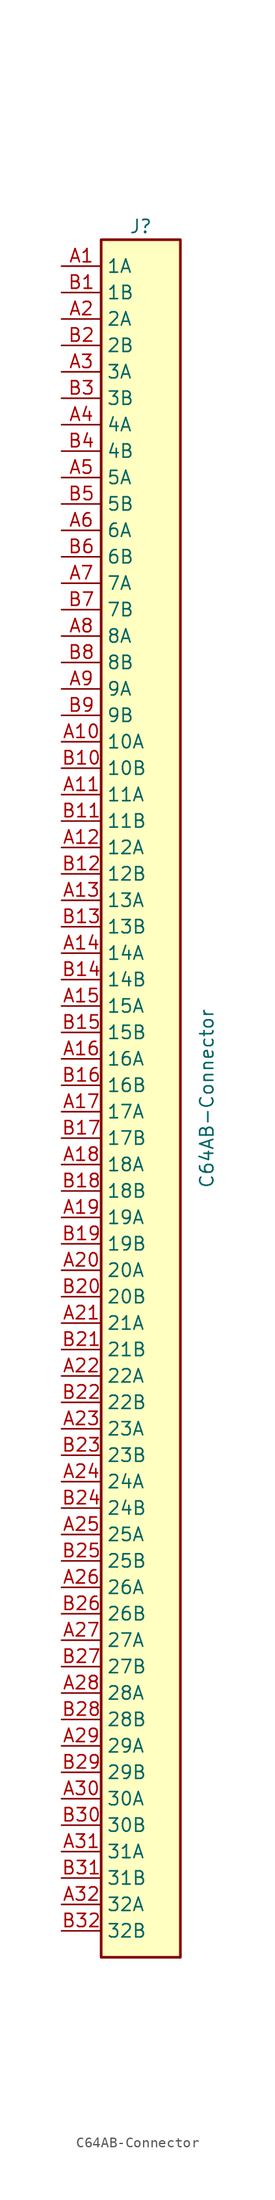
<source format=kicad_sym>
(kicad_symbol_lib
  (version 20241209)
  (generator "kicad_symbol_editor")
  (generator_version "9.0")
  (symbol "C64AB-Connector"
    (property "Reference" "J"
      (at 0 85.09 0)
      (effects (font (size 1.27 1.27))))
    (property "Value" "C64AB-Connector"
      (at 6.35 1.27 90)
      (effects (font (size 1.27 1.27))))
    (symbol "C64AB-Connector_0_1"
      (rectangle (start -3.81 -81.28) (end 3.81 83.82) (stroke (width 0.254) (type solid)) (fill (type background))))
    (symbol "C64AB-Connector_1_1"
      (pin passive line (at -7.62 81.28 0) (length 3.81) (name "1A" (effects (font (size 1.27 1.27)))) (number "A1" (effects (font (size 1.27 1.27)))))
      (pin passive line (at -7.62 78.74 0) (length 3.81) (name "1B" (effects (font (size 1.27 1.27)))) (number "B1" (effects (font (size 1.27 1.27)))))
      (pin passive line (at -7.62 76.2 0) (length 3.81) (name "2A" (effects (font (size 1.27 1.27)))) (number "A2" (effects (font (size 1.27 1.27)))))
      (pin passive line (at -7.62 73.66 0) (length 3.81) (name "2B" (effects (font (size 1.27 1.27)))) (number "B2" (effects (font (size 1.27 1.27)))))
      (pin passive line (at -7.62 71.12 0) (length 3.81) (name "3A" (effects (font (size 1.27 1.27)))) (number "A3" (effects (font (size 1.27 1.27)))))
      (pin passive line (at -7.62 68.58 0) (length 3.81) (name "3B" (effects (font (size 1.27 1.27)))) (number "B3" (effects (font (size 1.27 1.27)))))
      (pin passive line (at -7.62 66.04 0) (length 3.81) (name "4A" (effects (font (size 1.27 1.27)))) (number "A4" (effects (font (size 1.27 1.27)))))
      (pin passive line (at -7.62 63.5 0) (length 3.81) (name "4B" (effects (font (size 1.27 1.27)))) (number "B4" (effects (font (size 1.27 1.27)))))
      (pin passive line (at -7.62 60.96 0) (length 3.81) (name "5A" (effects (font (size 1.27 1.27)))) (number "A5" (effects (font (size 1.27 1.27)))))
      (pin passive line (at -7.62 58.42 0) (length 3.81) (name "5B" (effects (font (size 1.27 1.27)))) (number "B5" (effects (font (size 1.27 1.27)))))
      (pin passive line (at -7.62 55.88 0) (length 3.81) (name "6A" (effects (font (size 1.27 1.27)))) (number "A6" (effects (font (size 1.27 1.27)))))
      (pin passive line (at -7.62 53.34 0) (length 3.81) (name "6B" (effects (font (size 1.27 1.27)))) (number "B6" (effects (font (size 1.27 1.27)))))
      (pin passive line (at -7.62 50.8 0) (length 3.81) (name "7A" (effects (font (size 1.27 1.27)))) (number "A7" (effects (font (size 1.27 1.27)))))
      (pin passive line (at -7.62 48.26 0) (length 3.81) (name "7B" (effects (font (size 1.27 1.27)))) (number "B7" (effects (font (size 1.27 1.27)))))
      (pin passive line (at -7.62 45.72 0) (length 3.81) (name "8A" (effects (font (size 1.27 1.27)))) (number "A8" (effects (font (size 1.27 1.27)))))
      (pin passive line (at -7.62 43.18 0) (length 3.81) (name "8B" (effects (font (size 1.27 1.27)))) (number "B8" (effects (font (size 1.27 1.27)))))
      (pin passive line (at -7.62 40.64 0) (length 3.81) (name "9A" (effects (font (size 1.27 1.27)))) (number "A9" (effects (font (size 1.27 1.27)))))
      (pin passive line (at -7.62 38.1 0) (length 3.81) (name "9B" (effects (font (size 1.27 1.27)))) (number "B9" (effects (font (size 1.27 1.27)))))
      (pin passive line (at -7.62 35.56 0) (length 3.81) (name "10A" (effects (font (size 1.27 1.27)))) (number "A10" (effects (font (size 1.27 1.27)))))
      (pin passive line (at -7.62 33.02 0) (length 3.81) (name "10B" (effects (font (size 1.27 1.27)))) (number "B10" (effects (font (size 1.27 1.27)))))
      (pin passive line (at -7.62 30.48 0) (length 3.81) (name "11A" (effects (font (size 1.27 1.27)))) (number "A11" (effects (font (size 1.27 1.27)))))
      (pin passive line (at -7.62 27.94 0) (length 3.81) (name "11B" (effects (font (size 1.27 1.27)))) (number "B11" (effects (font (size 1.27 1.27)))))
      (pin passive line (at -7.62 25.4 0) (length 3.81) (name "12A" (effects (font (size 1.27 1.27)))) (number "A12" (effects (font (size 1.27 1.27)))))
      (pin passive line (at -7.62 22.86 0) (length 3.81) (name "12B" (effects (font (size 1.27 1.27)))) (number "B12" (effects (font (size 1.27 1.27)))))
      (pin passive line (at -7.62 20.32 0) (length 3.81) (name "13A" (effects (font (size 1.27 1.27)))) (number "A13" (effects (font (size 1.27 1.27)))))
      (pin passive line (at -7.62 17.78 0) (length 3.81) (name "13B" (effects (font (size 1.27 1.27)))) (number "B13" (effects (font (size 1.27 1.27)))))
      (pin passive line (at -7.62 15.24 0) (length 3.81) (name "14A" (effects (font (size 1.27 1.27)))) (number "A14" (effects (font (size 1.27 1.27)))))
      (pin passive line (at -7.62 12.7 0) (length 3.81) (name "14B" (effects (font (size 1.27 1.27)))) (number "B14" (effects (font (size 1.27 1.27)))))
      (pin passive line (at -7.62 10.16 0) (length 3.81) (name "15A" (effects (font (size 1.27 1.27)))) (number "A15" (effects (font (size 1.27 1.27)))))
      (pin passive line (at -7.62 7.62 0) (length 3.81) (name "15B" (effects (font (size 1.27 1.27)))) (number "B15" (effects (font (size 1.27 1.27)))))
      (pin passive line (at -7.62 5.08 0) (length 3.81) (name "16A" (effects (font (size 1.27 1.27)))) (number "A16" (effects (font (size 1.27 1.27)))))
      (pin passive line (at -7.62 2.54 0) (length 3.81) (name "16B" (effects (font (size 1.27 1.27)))) (number "B16" (effects (font (size 1.27 1.27)))))
      (pin passive line (at -7.62 0 0) (length 3.81) (name "17A" (effects (font (size 1.27 1.27)))) (number "A17" (effects (font (size 1.27 1.27)))))
      (pin passive line (at -7.62 -2.54 0) (length 3.81) (name "17B" (effects (font (size 1.27 1.27)))) (number "B17" (effects (font (size 1.27 1.27)))))
      (pin passive line (at -7.62 -5.08 0) (length 3.81) (name "18A" (effects (font (size 1.27 1.27)))) (number "A18" (effects (font (size 1.27 1.27)))))
      (pin passive line (at -7.62 -7.62 0) (length 3.81) (name "18B" (effects (font (size 1.27 1.27)))) (number "B18" (effects (font (size 1.27 1.27)))))
      (pin passive line (at -7.62 -10.16 0) (length 3.81) (name "19A" (effects (font (size 1.27 1.27)))) (number "A19" (effects (font (size 1.27 1.27)))))
      (pin passive line (at -7.62 -12.7 0) (length 3.81) (name "19B" (effects (font (size 1.27 1.27)))) (number "B19" (effects (font (size 1.27 1.27)))))
      (pin passive line (at -7.62 -15.24 0) (length 3.81) (name "20A" (effects (font (size 1.27 1.27)))) (number "A20" (effects (font (size 1.27 1.27)))))
      (pin passive line (at -7.62 -17.78 0) (length 3.81) (name "20B" (effects (font (size 1.27 1.27)))) (number "B20" (effects (font (size 1.27 1.27)))))
      (pin passive line (at -7.62 -20.32 0) (length 3.81) (name "21A" (effects (font (size 1.27 1.27)))) (number "A21" (effects (font (size 1.27 1.27)))))
      (pin passive line (at -7.62 -22.86 0) (length 3.81) (name "21B" (effects (font (size 1.27 1.27)))) (number "B21" (effects (font (size 1.27 1.27)))))
      (pin passive line (at -7.62 -25.4 0) (length 3.81) (name "22A" (effects (font (size 1.27 1.27)))) (number "A22" (effects (font (size 1.27 1.27)))))
      (pin passive line (at -7.62 -27.94 0) (length 3.81) (name "22B" (effects (font (size 1.27 1.27)))) (number "B22" (effects (font (size 1.27 1.27)))))
      (pin passive line (at -7.62 -30.48 0) (length 3.81) (name "23A" (effects (font (size 1.27 1.27)))) (number "A23" (effects (font (size 1.27 1.27)))))
      (pin passive line (at -7.62 -33.02 0) (length 3.81) (name "23B" (effects (font (size 1.27 1.27)))) (number "B23" (effects (font (size 1.27 1.27)))))
      (pin passive line (at -7.62 -35.56 0) (length 3.81) (name "24A" (effects (font (size 1.27 1.27)))) (number "A24" (effects (font (size 1.27 1.27)))))
      (pin passive line (at -7.62 -38.1 0) (length 3.81) (name "24B" (effects (font (size 1.27 1.27)))) (number "B24" (effects (font (size 1.27 1.27)))))
      (pin passive line (at -7.62 -40.64 0) (length 3.81) (name "25A" (effects (font (size 1.27 1.27)))) (number "A25" (effects (font (size 1.27 1.27)))))
      (pin passive line (at -7.62 -43.18 0) (length 3.81) (name "25B" (effects (font (size 1.27 1.27)))) (number "B25" (effects (font (size 1.27 1.27)))))
      (pin passive line (at -7.62 -45.72 0) (length 3.81) (name "26A" (effects (font (size 1.27 1.27)))) (number "A26" (effects (font (size 1.27 1.27)))))
      (pin passive line (at -7.62 -48.26 0) (length 3.81) (name "26B" (effects (font (size 1.27 1.27)))) (number "B26" (effects (font (size 1.27 1.27)))))
      (pin passive line (at -7.62 -50.8 0) (length 3.81) (name "27A" (effects (font (size 1.27 1.27)))) (number "A27" (effects (font (size 1.27 1.27)))))
      (pin passive line (at -7.62 -53.34 0) (length 3.81) (name "27B" (effects (font (size 1.27 1.27)))) (number "B27" (effects (font (size 1.27 1.27)))))
      (pin passive line (at -7.62 -55.88 0) (length 3.81) (name "28A" (effects (font (size 1.27 1.27)))) (number "A28" (effects (font (size 1.27 1.27)))))
      (pin passive line (at -7.62 -58.42 0) (length 3.81) (name "28B" (effects (font (size 1.27 1.27)))) (number "B28" (effects (font (size 1.27 1.27)))))
      (pin passive line (at -7.62 -60.96 0) (length 3.81) (name "29A" (effects (font (size 1.27 1.27)))) (number "A29" (effects (font (size 1.27 1.27)))))
      (pin passive line (at -7.62 -63.5 0) (length 3.81) (name "29B" (effects (font (size 1.27 1.27)))) (number "B29" (effects (font (size 1.27 1.27)))))
      (pin passive line (at -7.62 -66.04 0) (length 3.81) (name "30A" (effects (font (size 1.27 1.27)))) (number "A30" (effects (font (size 1.27 1.27)))))
      (pin passive line (at -7.62 -68.58 0) (length 3.81) (name "30B" (effects (font (size 1.27 1.27)))) (number "B30" (effects (font (size 1.27 1.27)))))
      (pin passive line (at -7.62 -71.12 0) (length 3.81) (name "31A" (effects (font (size 1.27 1.27)))) (number "A31" (effects (font (size 1.27 1.27)))))
      (pin passive line (at -7.62 -73.66 0) (length 3.81) (name "31B" (effects (font (size 1.27 1.27)))) (number "B31" (effects (font (size 1.27 1.27)))))
      (pin passive line (at -7.62 -76.2 0) (length 3.81) (name "32A" (effects (font (size 1.27 1.27)))) (number "A32" (effects (font (size 1.27 1.27)))))
      (pin passive line (at -7.62 -78.74 0) (length 3.81) (name "32B" (effects (font (size 1.27 1.27)))) (number "B32" (effects (font (size 1.27 1.27))))))))
</source>
